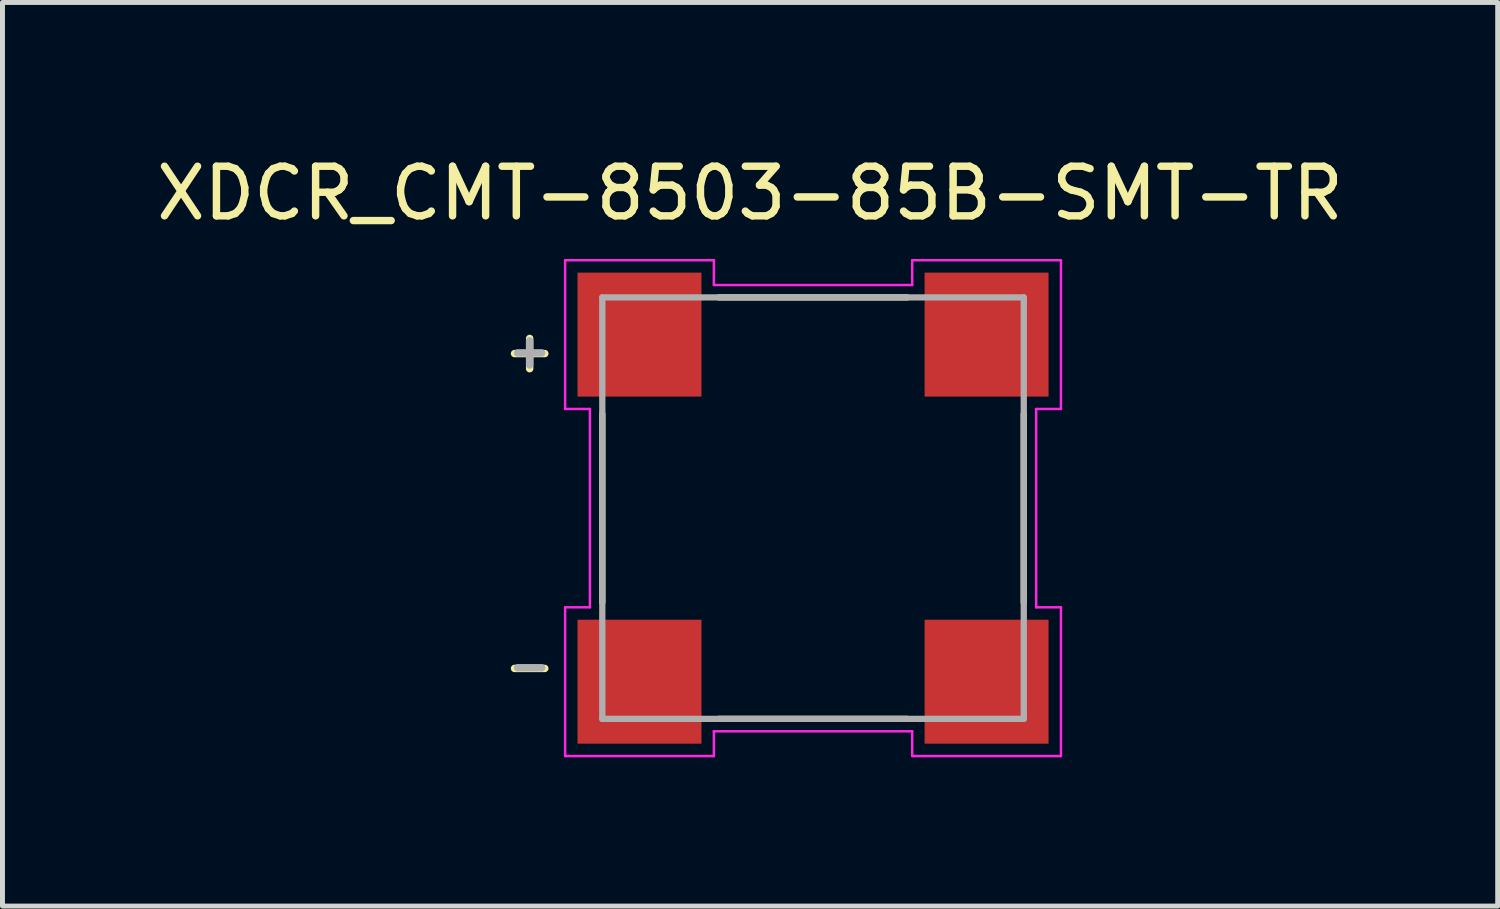
<source format=kicad_pcb>
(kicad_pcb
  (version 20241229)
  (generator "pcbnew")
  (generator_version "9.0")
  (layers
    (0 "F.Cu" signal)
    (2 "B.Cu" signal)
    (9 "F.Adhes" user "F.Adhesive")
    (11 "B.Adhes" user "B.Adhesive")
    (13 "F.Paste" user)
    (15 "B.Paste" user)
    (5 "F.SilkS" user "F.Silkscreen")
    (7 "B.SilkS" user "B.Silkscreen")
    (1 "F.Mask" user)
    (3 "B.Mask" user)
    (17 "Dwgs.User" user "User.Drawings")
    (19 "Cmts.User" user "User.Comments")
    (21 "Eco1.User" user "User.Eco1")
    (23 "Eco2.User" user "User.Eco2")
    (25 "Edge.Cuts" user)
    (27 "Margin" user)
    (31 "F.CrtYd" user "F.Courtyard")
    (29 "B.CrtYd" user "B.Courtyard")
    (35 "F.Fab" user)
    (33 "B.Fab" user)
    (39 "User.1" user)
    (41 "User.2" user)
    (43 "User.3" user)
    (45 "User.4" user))
  (footprint "XDCR_CMT-8503-85B-SMT-TR"
    (layer "F.Cu")
    (at 13.347 7.198)
    (property "Reference" "XDCR_CMT-8503-85B-SMT-TR" (at -1.27 -6.35 180) (layer "F.SilkS") (effects (font (size 1 1) (thickness 0.15))))
    (attr smd)
    (fp_line (start -4.25 -1.9) (end -4.25 1.9) (stroke (width 0.127) (type solid)) (layer "F.SilkS"))
    (fp_line (start -1.9 4.25) (end 1.9 4.25) (stroke (width 0.127) (type solid)) (layer "F.SilkS"))
    (fp_line (start 1.9 -4.25) (end -1.9 -4.25) (stroke (width 0.127) (type solid)) (layer "F.SilkS"))
    (fp_line (start 4.25 1.9) (end 4.25 -1.9) (stroke (width 0.127) (type solid)) (layer "F.SilkS"))
    (fp_line (start -5 -5) (end -2 -5) (stroke (width 0.05) (type solid)) (layer "F.CrtYd"))
    (fp_line (start -5 -2) (end -5 -5) (stroke (width 0.05) (type solid)) (layer "F.CrtYd"))
    (fp_line (start -5 2) (end -4.5 2) (stroke (width 0.05) (type solid)) (layer "F.CrtYd"))
    (fp_line (start -5 5) (end -5 2) (stroke (width 0.05) (type solid)) (layer "F.CrtYd"))
    (fp_line (start -4.5 -2) (end -5 -2) (stroke (width 0.05) (type solid)) (layer "F.CrtYd"))
    (fp_line (start -4.5 2) (end -4.5 -2) (stroke (width 0.05) (type solid)) (layer "F.CrtYd"))
    (fp_line (start -2 -5) (end -2 -4.5) (stroke (width 0.05) (type solid)) (layer "F.CrtYd"))
    (fp_line (start -2 -4.5) (end 2 -4.5) (stroke (width 0.05) (type solid)) (layer "F.CrtYd"))
    (fp_line (start -2 4.5) (end -2 5) (stroke (width 0.05) (type solid)) (layer "F.CrtYd"))
    (fp_line (start -2 5) (end -5 5) (stroke (width 0.05) (type solid)) (layer "F.CrtYd"))
    (fp_line (start 2 -5) (end 5 -5) (stroke (width 0.05) (type solid)) (layer "F.CrtYd"))
    (fp_line (start 2 -4.5) (end 2 -5) (stroke (width 0.05) (type solid)) (layer "F.CrtYd"))
    (fp_line (start 2 4.5) (end -2 4.5) (stroke (width 0.05) (type solid)) (layer "F.CrtYd"))
    (fp_line (start 2 5) (end 2 4.5) (stroke (width 0.05) (type solid)) (layer "F.CrtYd"))
    (fp_line (start 4.5 -2) (end 4.5 2) (stroke (width 0.05) (type solid)) (layer "F.CrtYd"))
    (fp_line (start 4.5 2) (end 5 2) (stroke (width 0.05) (type solid)) (layer "F.CrtYd"))
    (fp_line (start 5 -5) (end 5 -2) (stroke (width 0.05) (type solid)) (layer "F.CrtYd"))
    (fp_line (start 5 -2) (end 4.5 -2) (stroke (width 0.05) (type solid)) (layer "F.CrtYd"))
    (fp_line (start 5 2) (end 5 5) (stroke (width 0.05) (type solid)) (layer "F.CrtYd"))
    (fp_line (start 5 5) (end 2 5) (stroke (width 0.05) (type solid)) (layer "F.CrtYd"))
    (fp_line (start -4.25 -4.25) (end -4.25 4.25) (stroke (width 0.127) (type solid)) (layer "F.Fab"))
    (fp_line (start -4.25 4.25) (end 4.25 4.25) (stroke (width 0.127) (type solid)) (layer "F.Fab"))
    (fp_line (start 4.25 -4.25) (end -4.25 -4.25) (stroke (width 0.127) (type solid)) (layer "F.Fab"))
    (fp_line (start 4.25 4.25) (end 4.25 -4.25) (stroke (width 0.127) (type solid)) (layer "F.Fab"))
    (fp_text user "-" (at -5.715 3.175 180) (layer "F.SilkS") (effects (font (size 0.8 0.8) (thickness 0.15))))
    (fp_text user "+" (at -5.715 -3.175 180) (layer "F.SilkS") (effects (font (size 0.8 0.8) (thickness 0.15))))
    (fp_text user "-" (at -5.715 3.175 180) (layer "F.Fab") (effects (font (size 0.64 0.64) (thickness 0.15))))
    (fp_text user "+" (at -5.715 -3.175 180) (layer "F.Fab") (effects (font (size 0.64 0.64) (thickness 0.15))))
    (pad "1" smd rect (at 3.5 -3.5) (size 2.5 2.5) (layers "F.Cu" "F.Mask" "F.Paste"))
    (pad "2" smd rect (at 3.5 3.5) (size 2.5 2.5) (layers "F.Cu" "F.Mask" "F.Paste"))
    (pad "N" smd rect (at -3.5 3.5) (size 2.5 2.5) (layers "F.Cu" "F.Mask" "F.Paste"))
    (pad "P" smd rect (at -3.5 -3.5) (size 2.5 2.5) (layers "F.Cu" "F.Mask" "F.Paste")))
  (gr_rect
    (start -3 -3)
    (end 27.155 15.223)
    (stroke (width 0.1) (type default))
    (fill no)
    (layer "Edge.Cuts")))
</source>
